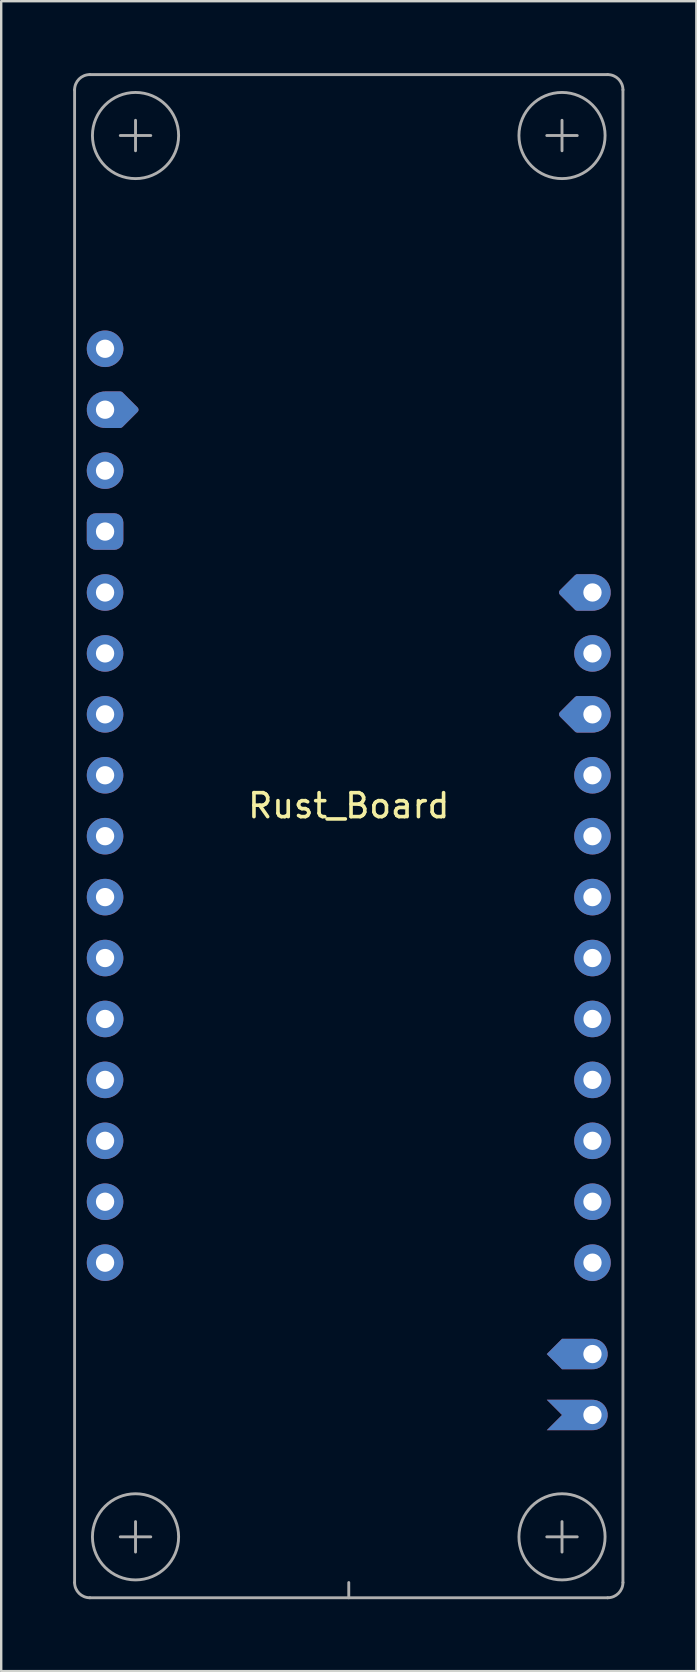
<source format=kicad_pcb>
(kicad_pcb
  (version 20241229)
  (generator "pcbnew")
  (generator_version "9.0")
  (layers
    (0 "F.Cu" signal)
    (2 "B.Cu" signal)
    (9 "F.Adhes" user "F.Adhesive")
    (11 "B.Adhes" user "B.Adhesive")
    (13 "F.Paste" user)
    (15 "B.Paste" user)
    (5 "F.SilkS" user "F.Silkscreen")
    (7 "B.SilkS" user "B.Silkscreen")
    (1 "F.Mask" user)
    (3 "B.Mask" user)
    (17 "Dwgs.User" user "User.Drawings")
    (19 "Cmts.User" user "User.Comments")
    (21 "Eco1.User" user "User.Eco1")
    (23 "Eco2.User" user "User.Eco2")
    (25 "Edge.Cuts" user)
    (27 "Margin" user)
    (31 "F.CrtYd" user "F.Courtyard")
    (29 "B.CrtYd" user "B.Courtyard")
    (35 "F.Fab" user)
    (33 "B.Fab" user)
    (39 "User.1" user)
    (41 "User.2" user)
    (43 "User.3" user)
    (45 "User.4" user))
  (footprint "Rust_Board"
    (layer "F.Cu")
    (at 11.49 31.175)
    (property "Reference" "Rust_Board" (at 0 -0.635 0) (layer "F.SilkS") (effects (font (size 1 1) (thickness 0.15))))
    (attr through_hole)
    (fp_line (start -11.43 -30.48) (end -11.43 31.75) (stroke (width 0.12) (type solid)) (layer "F.Fab"))
    (fp_line (start -10.795 32.385) (end 10.795 32.385) (stroke (width 0.12) (type solid)) (layer "F.Fab"))
    (fp_line (start -9.525 -28.575) (end -8.255 -28.575) (stroke (width 0.12) (type solid)) (layer "F.Fab"))
    (fp_line (start -9.525 29.845) (end -8.255 29.845) (stroke (width 0.12) (type solid)) (layer "F.Fab"))
    (fp_line (start -8.89 -29.21) (end -8.89 -27.94) (stroke (width 0.12) (type solid)) (layer "F.Fab"))
    (fp_line (start -8.89 29.21) (end -8.89 30.48) (stroke (width 0.12) (type solid)) (layer "F.Fab"))
    (fp_line (start 0 32.385) (end 0 31.75) (stroke (width 0.12) (type solid)) (layer "F.Fab"))
    (fp_line (start 8.255 -28.575) (end 9.525 -28.575) (stroke (width 0.12) (type solid)) (layer "F.Fab"))
    (fp_line (start 8.255 29.845) (end 9.525 29.845) (stroke (width 0.12) (type solid)) (layer "F.Fab"))
    (fp_line (start 8.89 -29.21) (end 8.89 -27.94) (stroke (width 0.12) (type solid)) (layer "F.Fab"))
    (fp_line (start 8.89 29.21) (end 8.89 30.48) (stroke (width 0.12) (type solid)) (layer "F.Fab"))
    (fp_line (start 10.795 -31.115) (end -10.795 -31.115) (stroke (width 0.12) (type solid)) (layer "F.Fab"))
    (fp_line (start 11.43 31.75) (end 11.43 -30.48) (stroke (width 0.12) (type solid)) (layer "F.Fab"))
    (fp_arc (start -11.43 -30.48) (mid -11.244013 -30.929013) (end -10.795 -31.115) (stroke (width 0.12) (type solid)) (layer "F.Fab"))
    (fp_arc (start -10.795 32.385) (mid -11.244013 32.199013) (end -11.43 31.75) (stroke (width 0.12) (type solid)) (layer "F.Fab"))
    (fp_arc (start 10.795 -31.115) (mid 11.244013 -30.929013) (end 11.43 -30.48) (stroke (width 0.12) (type solid)) (layer "F.Fab"))
    (fp_arc (start 11.43 31.75) (mid 11.244013 32.199013) (end 10.795 32.385) (stroke (width 0.12) (type solid)) (layer "F.Fab"))
    (fp_circle (center -8.89 -28.575) (end -7.62 -29.845) (stroke (width 0.12) (type solid)) (fill no) (layer "F.Fab"))
    (fp_circle (center -8.89 29.845) (end -7.62 31.115) (stroke (width 0.12) (type solid)) (fill no) (layer "F.Fab"))
    (fp_circle (center 8.89 -28.575) (end 10.16 -29.845) (stroke (width 0.12) (type solid)) (fill no) (layer "F.Fab"))
    (fp_circle (center 8.89 29.845) (end 7.62 31.115) (stroke (width 0.12) (type solid)) (fill no) (layer "F.Fab"))
    (pad "1" thru_hole circle (at -10.16 -19.685) (size 1.524 1.524) (drill 0.762) (layers "*.Cu" "*.Mask"))
    (pad "2" thru_hole custom (at -10.16 -17.145) (size 1.524 1.524) (drill 0.762) (layers "*.Cu" "*.Mask") (options (anchor circle)) (primitives (gr_poly (pts (xy 1.27 0) (xy 0.635 0.635) (xy 0 0.635) (xy 0 -0.635) (xy 0.635 -0.635)) (width 0.254) (fill yes))))
    (pad "3" thru_hole circle (at -10.16 -14.605) (size 1.524 1.524) (drill 0.762) (layers "*.Cu" "*.Mask"))
    (pad "4" thru_hole roundrect (at -10.16 -12.065) (size 1.524 1.524) (drill 0.762) (layers "*.Cu" "*.Mask") (roundrect_rratio 0.25))
    (pad "5" thru_hole circle (at -10.16 -9.525) (size 1.524 1.524) (drill 0.762) (layers "*.Cu" "*.Mask"))
    (pad "6" thru_hole circle (at -10.16 -6.985) (size 1.524 1.524) (drill 0.762) (layers "*.Cu" "*.Mask"))
    (pad "7" thru_hole circle (at -10.16 -4.445) (size 1.524 1.524) (drill 0.762) (layers "*.Cu" "*.Mask"))
    (pad "8" thru_hole circle (at -10.16 -1.905) (size 1.524 1.524) (drill 0.762) (layers "*.Cu" "*.Mask"))
    (pad "9" thru_hole circle (at -10.16 0.635) (size 1.524 1.524) (drill 0.762) (layers "*.Cu" "*.Mask"))
    (pad "10" thru_hole circle (at -10.16 3.175) (size 1.524 1.524) (drill 0.762) (layers "*.Cu" "*.Mask"))
    (pad "11" thru_hole circle (at -10.16 5.715) (size 1.524 1.524) (drill 0.762) (layers "*.Cu" "*.Mask"))
    (pad "12" thru_hole circle (at -10.16 8.255) (size 1.524 1.524) (drill 0.762) (layers "*.Cu" "*.Mask"))
    (pad "13" thru_hole circle (at -10.16 10.795) (size 1.524 1.524) (drill 0.762) (layers "*.Cu" "*.Mask"))
    (pad "14" thru_hole circle (at -10.16 13.335) (size 1.524 1.524) (drill 0.762) (layers "*.Cu" "*.Mask"))
    (pad "15" thru_hole circle (at -10.16 15.875) (size 1.524 1.524) (drill 0.762) (layers "*.Cu" "*.Mask"))
    (pad "16" thru_hole circle (at -10.16 18.415) (size 1.524 1.524) (drill 0.762) (layers "*.Cu" "*.Mask"))
    (pad "17" thru_hole circle (at 10.16 18.415) (size 1.524 1.524) (drill 0.762) (layers "*.Cu" "*.Mask"))
    (pad "18" thru_hole circle (at 10.16 15.875) (size 1.524 1.524) (drill 0.762) (layers "*.Cu" "*.Mask"))
    (pad "19" thru_hole circle (at 10.16 13.335) (size 1.524 1.524) (drill 0.762) (layers "*.Cu" "*.Mask"))
    (pad "20" thru_hole circle (at 10.16 10.795) (size 1.524 1.524) (drill 0.762) (layers "*.Cu" "*.Mask"))
    (pad "21" thru_hole circle (at 10.16 8.255) (size 1.524 1.524) (drill 0.762) (layers "*.Cu" "*.Mask"))
    (pad "22" thru_hole circle (at 10.16 5.715) (size 1.524 1.524) (drill 0.762) (layers "*.Cu" "*.Mask"))
    (pad "23" thru_hole circle (at 10.16 3.175) (size 1.524 1.524) (drill 0.762) (layers "*.Cu" "*.Mask"))
    (pad "24" thru_hole circle (at 10.16 0.635) (size 1.524 1.524) (drill 0.762) (layers "*.Cu" "*.Mask"))
    (pad "25" thru_hole circle (at 10.16 -1.905) (size 1.524 1.524) (drill 0.762) (layers "*.Cu" "*.Mask"))
    (pad "26" thru_hole custom (at 10.16 -4.445) (size 1.524 1.524) (drill 0.762) (layers "*.Cu" "*.Mask") (options (anchor circle)) (primitives (gr_poly (pts (xy -1.27 0) (xy -0.635 -0.635) (xy 0 -0.635) (xy 0 0.635) (xy -0.635 0.635)) (width 0.254) (fill yes))))
    (pad "27" thru_hole circle (at 10.16 -6.985) (size 1.524 1.524) (drill 0.762) (layers "*.Cu" "*.Mask"))
    (pad "28" thru_hole custom (at 10.16 -9.525) (size 1.524 1.524) (drill 0.762) (layers "*.Cu" "*.Mask") (options (anchor circle)) (primitives (gr_poly (pts (xy -1.27 0) (xy -0.635 -0.635) (xy 0 -0.635) (xy 0 0.635) (xy -0.635 0.635)) (width 0.254) (fill yes))))
    (pad "29" thru_hole custom (at 10.16 24.765 90) (size 1.27 1.27) (drill 0.762) (layers "*.Cu" "*.Mask") (options (anchor circle)) (primitives (gr_poly (pts (xy 0.635 0) (xy -0.635 0) (xy -0.635 -1.905) (xy 0 -1.27) (xy 0.635 -1.905)) (width 0) (fill yes))))
    (pad "30" thru_hole custom (at 10.16 22.225 90) (size 1.27 1.27) (drill 0.762) (layers "*.Cu" "*.Mask") (options (anchor circle)) (primitives (gr_poly (pts (xy 0.635 -1.27) (xy 0.635 0) (xy -0.635 0) (xy -0.635 -1.27) (xy 0 -1.905)) (width 0) (fill yes)))))
  (gr_rect
    (start -3 -3)
    (end 25.98 66.62)
    (stroke (width 0.1) (type default))
    (fill no)
    (layer "Edge.Cuts")))
</source>
